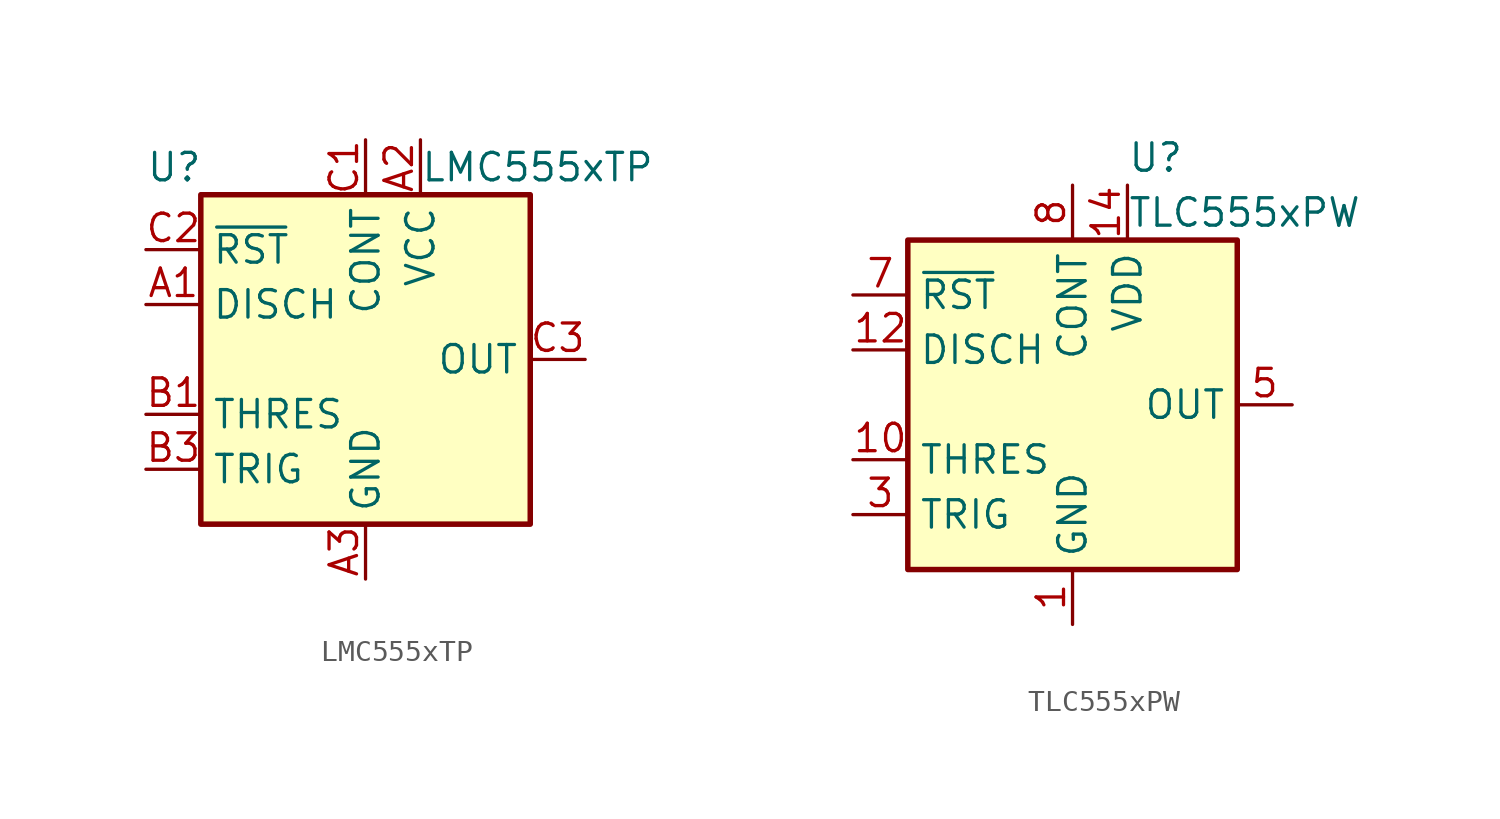
<source format=kicad_sym>
(kicad_symbol_lib
  (version 20241209)
  (generator "kicad_symbol_editor")
  (generator_version "9.0")
  (symbol "LMC555xTP"
    (property "Reference" "U"
      (at -10.16 8.89 0)
      (effects (font (size 1.27 1.27)) (justify left)))
    (property "Value" "LMC555xTP"
      (at 2.54 8.89 0)
      (effects (font (size 1.27 1.27)) (justify left)))
    (symbol "LMC555xTP_0_0"
      (pin power_in line (at 0 -10.16 90) (length 2.54) (name "GND" (effects (font (size 1.27 1.27)))) (number "A3" (effects (font (size 1.27 1.27)))))
      (pin power_in line (at 2.54 10.16 270) (length 2.54) (name "VCC" (effects (font (size 1.27 1.27)))) (number "A2" (effects (font (size 1.27 1.27))))))
    (symbol "LMC555xTP_0_1"
      (rectangle (start -7.62 7.62) (end 7.62 -7.62) (stroke (width 0.254) (type default)) (fill (type background))))
    (symbol "LMC555xTP_1_1"
      (pin input line (at -10.16 5.08 0) (length 2.54) (name "~{RST}" (effects (font (size 1.27 1.27)))) (number "C2" (effects (font (size 1.27 1.27)))))
      (pin input line (at -10.16 2.54 0) (length 2.54) (name "DISCH" (effects (font (size 1.27 1.27)))) (number "A1" (effects (font (size 1.27 1.27)))))
      (pin input line (at -10.16 -2.54 0) (length 2.54) (name "THRES" (effects (font (size 1.27 1.27)))) (number "B1" (effects (font (size 1.27 1.27)))))
      (pin input line (at -10.16 -5.08 0) (length 2.54) (name "TRIG" (effects (font (size 1.27 1.27)))) (number "B3" (effects (font (size 1.27 1.27)))))
      (pin input line (at 0 10.16 270) (length 2.54) (name "CONT" (effects (font (size 1.27 1.27)))) (number "C1" (effects (font (size 1.27 1.27)))))
      (pin output line (at 10.16 0 180) (length 2.54) (name "OUT" (effects (font (size 1.27 1.27)))) (number "C3" (effects (font (size 1.27 1.27)))))))
  (symbol "TLC555xPW"
    (property "Reference" "U"
      (at 2.54 11.43 0)
      (effects (font (size 1.27 1.27)) (justify left)))
    (property "Value" "TLC555xPW"
      (at 2.54 8.89 0)
      (effects (font (size 1.27 1.27)) (justify left)))
    (symbol "TLC555xPW_0_0"
      (pin power_in line (at 0 -10.16 90) (length 2.54) (name "GND" (effects (font (size 1.27 1.27)))) (number "1" (effects (font (size 1.27 1.27)))))
      (pin power_in line (at 2.54 10.16 270) (length 2.54) (name "VDD" (effects (font (size 1.27 1.27)))) (number "14" (effects (font (size 1.27 1.27))))))
    (symbol "TLC555xPW_0_1"
      (rectangle (start -7.62 7.62) (end 7.62 -7.62) (stroke (width 0.254) (type default)) (fill (type background))))
    (symbol "TLC555xPW_1_1"
      (pin input line (at -10.16 5.08 0) (length 2.54) (name "~{RST}" (effects (font (size 1.27 1.27)))) (number "7" (effects (font (size 1.27 1.27)))))
      (pin input line (at -10.16 2.54 0) (length 2.54) (name "DISCH" (effects (font (size 1.27 1.27)))) (number "12" (effects (font (size 1.27 1.27)))))
      (pin no_connect line (at -10.16 0 0) (length 2.54) (hide yes) (name "NC" (effects (font (size 1.27 1.27)))) (number "13" (effects (font (size 1.27 1.27)))))
      (pin input line (at -10.16 -2.54 0) (length 2.54) (name "THRES" (effects (font (size 1.27 1.27)))) (number "10" (effects (font (size 1.27 1.27)))))
      (pin input line (at -10.16 -5.08 0) (length 2.54) (name "TRIG" (effects (font (size 1.27 1.27)))) (number "3" (effects (font (size 1.27 1.27)))))
      (pin input line (at 0 10.16 270) (length 2.54) (name "CONT" (effects (font (size 1.27 1.27)))) (number "8" (effects (font (size 1.27 1.27)))))
      (pin no_connect line (at 7.62 5.08 180) (length 2.54) (hide yes) (name "NC" (effects (font (size 1.27 1.27)))) (number "4" (effects (font (size 1.27 1.27)))))
      (pin no_connect line (at 7.62 2.54 180) (length 2.54) (hide yes) (name "NC" (effects (font (size 1.27 1.27)))) (number "11" (effects (font (size 1.27 1.27)))))
      (pin no_connect line (at 7.62 -2.54 180) (length 2.54) (hide yes) (name "NC" (effects (font (size 1.27 1.27)))) (number "9" (effects (font (size 1.27 1.27)))))
      (pin no_connect line (at 7.62 -5.08 180) (length 2.54) (hide yes) (name "NC" (effects (font (size 1.27 1.27)))) (number "2" (effects (font (size 1.27 1.27)))))
      (pin no_connect line (at 7.62 -7.62 180) (length 2.54) (hide yes) (name "NC" (effects (font (size 1.27 1.27)))) (number "6" (effects (font (size 1.27 1.27)))))
      (pin output line (at 10.16 0 180) (length 2.54) (name "OUT" (effects (font (size 1.27 1.27)))) (number "5" (effects (font (size 1.27 1.27))))))))
</source>
